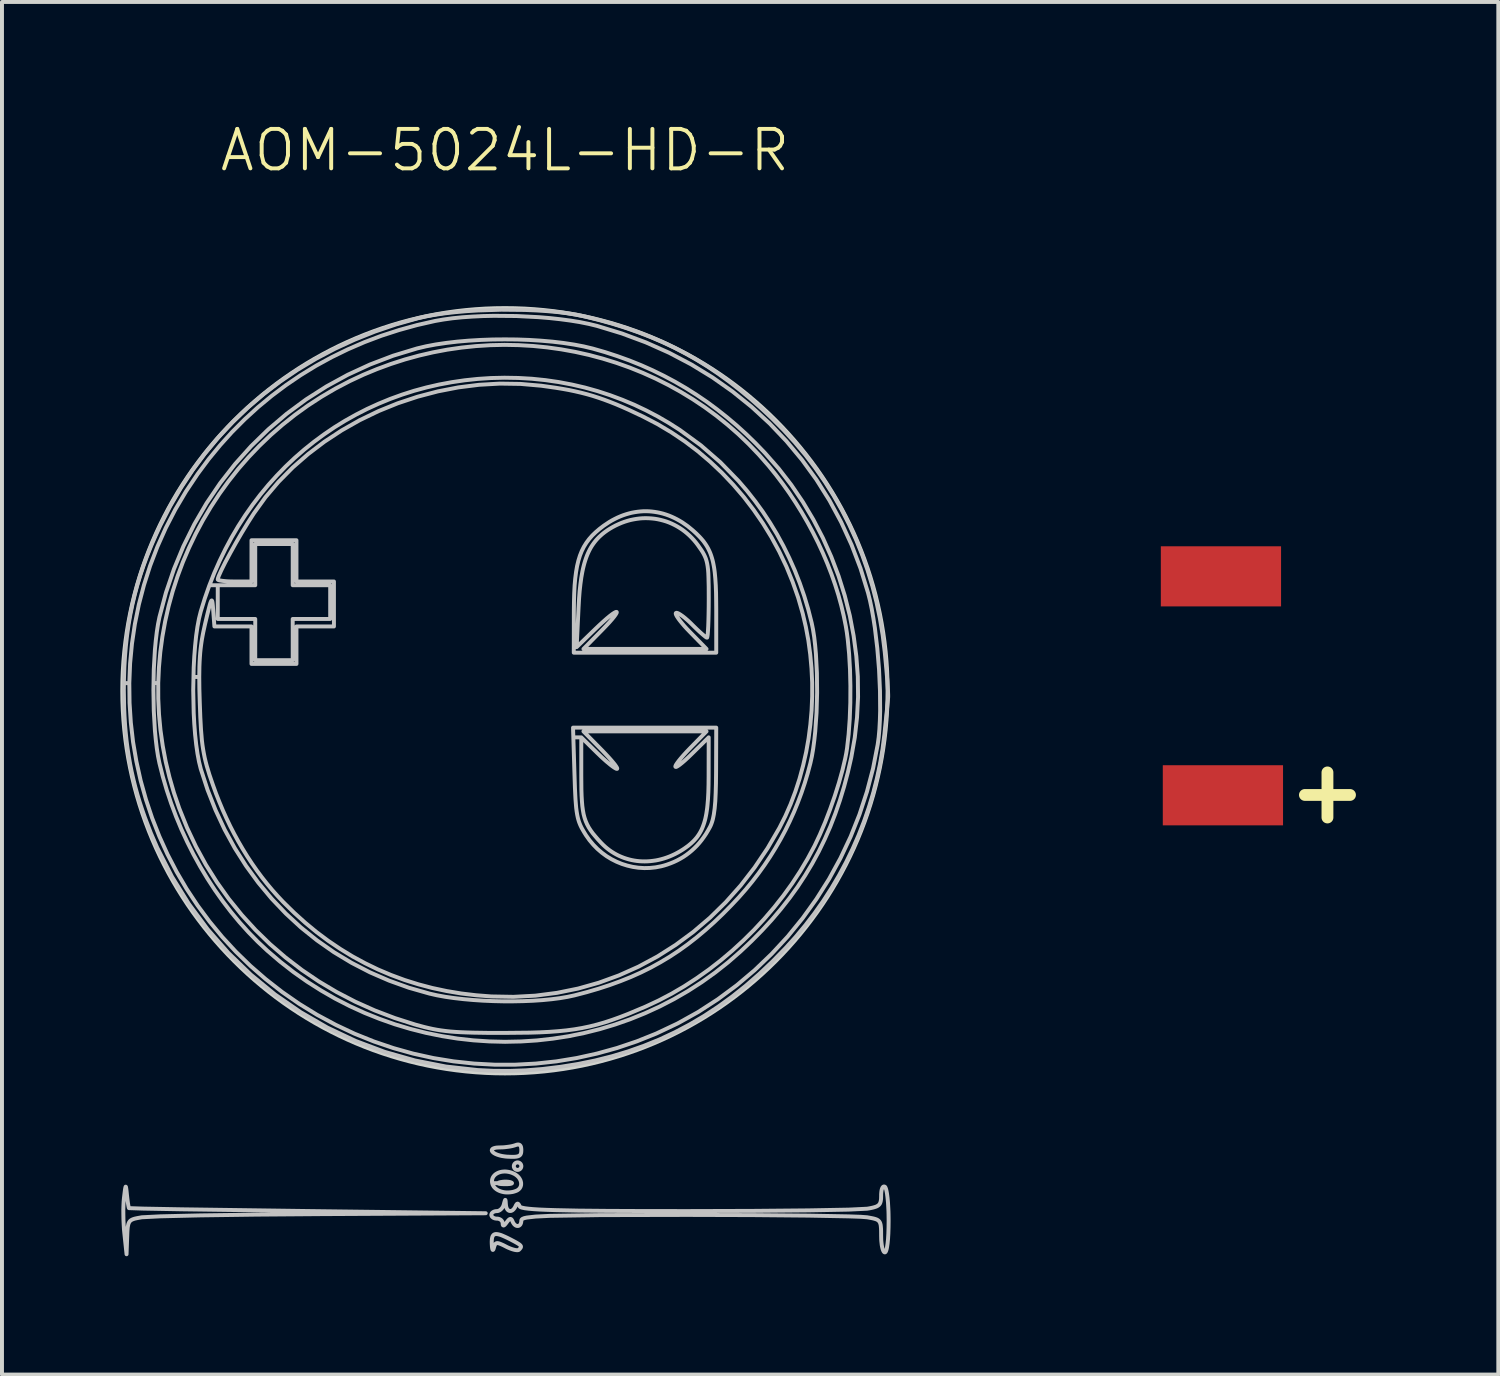
<source format=kicad_pcb>
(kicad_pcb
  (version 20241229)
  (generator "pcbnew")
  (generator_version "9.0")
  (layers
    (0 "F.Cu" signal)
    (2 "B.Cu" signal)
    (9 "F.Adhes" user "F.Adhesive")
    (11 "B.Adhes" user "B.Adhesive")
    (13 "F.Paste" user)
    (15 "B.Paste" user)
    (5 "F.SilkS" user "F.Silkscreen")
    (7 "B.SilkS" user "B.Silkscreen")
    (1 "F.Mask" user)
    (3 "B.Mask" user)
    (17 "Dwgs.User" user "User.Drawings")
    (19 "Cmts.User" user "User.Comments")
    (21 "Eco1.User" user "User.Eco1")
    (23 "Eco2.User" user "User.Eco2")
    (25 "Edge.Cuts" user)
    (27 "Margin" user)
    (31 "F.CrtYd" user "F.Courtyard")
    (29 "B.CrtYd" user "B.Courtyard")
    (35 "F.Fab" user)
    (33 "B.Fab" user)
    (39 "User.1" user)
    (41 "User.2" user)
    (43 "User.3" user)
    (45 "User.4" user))
  (footprint "AOM-5024L-HD-R"
    (layer "F.Cu")
    (at 9.7 14.56)
    (property "Reference" "AOM-5024L-HD-R" (at 0.05 -13.8 0) (unlocked yes) (layer "F.SilkS") (effects (font (size 1 1) (thickness 0.1))))
    (attr through_hole)
    (fp_poly (pts (xy 8.828 1.595) (xy 8.828 1.595) (xy 8.828 1.595)) (stroke (width 0.1) (type solid)) (fill no) (layer "Dwgs.User"))
    (fp_poly (pts (xy 9.681 14.136) (xy 9.681 14.136) (xy 9.681 14.136)) (stroke (width 0.1) (type solid)) (fill no) (layer "Dwgs.User"))
    (fp_poly (pts (xy -9.621 12.948) (xy -9.616 12.846) (xy -9.608 12.759) (xy -9.593 12.637) (xy -9.582 12.549) (xy -9.577 12.518) (xy -9.572 12.494) (xy -9.568 12.479) (xy -9.566 12.474) (xy -9.565 12.472) (xy -9.563 12.471) (xy -9.561 12.472) (xy -9.559 12.475) (xy -9.557 12.48) (xy -9.554 12.496) (xy -9.55 12.52) (xy -9.541 12.589) (xy -9.531 12.688) (xy -9.524 12.75) (xy -9.517 12.809) (xy -9.51 12.863) (xy -9.503 12.911) (xy -9.496 12.952) (xy -9.49 12.983) (xy -9.485 13.005) (xy -9.483 13.011) (xy -9.481 13.015) (xy -9.118 13.027) (xy -8.143 13.045) (xy -4.95 13.089) (xy -0.437 13.145) (xy -4.618 13.167) (xy -6.269 13.18) (xy -7.675 13.199) (xy -8.686 13.223) (xy -9.154 13.247) (xy -9.216 13.258) (xy -9.27 13.268) (xy -9.317 13.278) (xy -9.338 13.283) (xy -9.357 13.289) (xy -9.375 13.295) (xy -9.392 13.302) (xy -9.407 13.309) (xy -9.421 13.317) (xy -9.434 13.325) (xy -9.446 13.335) (xy -9.456 13.345) (xy -9.465 13.357) (xy -9.474 13.369) (xy -9.481 13.383) (xy -9.488 13.398) (xy -9.494 13.414) (xy -9.499 13.432) (xy -9.503 13.451) (xy -9.507 13.472) (xy -9.511 13.494) (xy -9.516 13.545) (xy -9.52 13.603) (xy -9.523 13.669) (xy -9.526 13.745) (xy -9.542 14.184) (xy -9.597 13.661) (xy -9.608 13.549) (xy -9.615 13.428) (xy -9.621 13.305) (xy -9.623 13.181) (xy -9.624 13.06)) (stroke (width 0.1) (type solid)) (fill no) (layer "Dwgs.User"))
    (fp_poly (pts (xy -0.28 11.535) (xy -0.275 11.526) (xy -0.268 11.517) (xy -0.257 11.509) (xy -0.244 11.502) (xy -0.229 11.496) (xy -0.21 11.49) (xy -0.189 11.485) (xy -0.164 11.481) (xy -0.137 11.479) (xy -0.107 11.477) (xy -0.073 11.476) (xy -0.022 11.475) (xy 0.031 11.472) (xy 0.085 11.466) (xy 0.139 11.459) (xy 0.19 11.451) (xy 0.238 11.441) (xy 0.28 11.43) (xy 0.298 11.424) (xy 0.315 11.419) (xy 0.325 11.415) (xy 0.334 11.412) (xy 0.343 11.409) (xy 0.352 11.407) (xy 0.36 11.405) (xy 0.368 11.404) (xy 0.376 11.403) (xy 0.383 11.403) (xy 0.39 11.403) (xy 0.397 11.404) (xy 0.403 11.405) (xy 0.409 11.407) (xy 0.414 11.409) (xy 0.42 11.412) (xy 0.425 11.415) (xy 0.43 11.419) (xy 0.434 11.423) (xy 0.438 11.427) (xy 0.442 11.432) (xy 0.445 11.438) (xy 0.449 11.444) (xy 0.452 11.451) (xy 0.454 11.458) (xy 0.457 11.466) (xy 0.459 11.474) (xy 0.46 11.483) (xy 0.462 11.492) (xy 0.463 11.502) (xy 0.464 11.512) (xy 0.465 11.523) (xy 0.465 11.546) (xy 0.465 11.561) (xy 0.464 11.574) (xy 0.463 11.587) (xy 0.462 11.599) (xy 0.46 11.61) (xy 0.458 11.62) (xy 0.455 11.63) (xy 0.451 11.64) (xy 0.447 11.648) (xy 0.443 11.657) (xy 0.437 11.664) (xy 0.431 11.671) (xy 0.424 11.677) (xy 0.417 11.683) (xy 0.408 11.688) (xy 0.399 11.693) (xy 0.389 11.697) (xy 0.378 11.701) (xy 0.366 11.704) (xy 0.353 11.707) (xy 0.339 11.71) (xy 0.325 11.711) (xy 0.309 11.713) (xy 0.292 11.714) (xy 0.274 11.715) (xy 0.254 11.715) (xy 0.212 11.715) (xy 0.165 11.713) (xy 0.113 11.711) (xy 0.113 11.711) (xy 0.077 11.708) (xy 0.042 11.704) (xy -0.024 11.694) (xy -0.083 11.68) (xy -0.135 11.664) (xy -0.18 11.646) (xy -0.2 11.636) (xy -0.218 11.626) (xy -0.234 11.616) (xy -0.247 11.605) (xy -0.259 11.595) (xy -0.268 11.584) (xy -0.275 11.574) (xy -0.28 11.564) (xy -0.283 11.554) (xy -0.283 11.544)) (stroke (width 0.1) (type solid)) (fill no) (layer "Dwgs.User"))
    (fp_poly (pts (xy -0.284 13.846) (xy -0.283 13.824) (xy -0.281 13.803) (xy -0.279 13.784) (xy -0.275 13.766) (xy -0.271 13.75) (xy -0.266 13.735) (xy -0.26 13.722) (xy -0.253 13.711) (xy -0.245 13.701) (xy -0.236 13.692) (xy -0.225 13.685) (xy -0.214 13.68) (xy -0.202 13.676) (xy -0.188 13.673) (xy -0.173 13.672) (xy -0.157 13.673) (xy -0.14 13.675) (xy -0.121 13.678) (xy -0.101 13.683) (xy -0.079 13.689) (xy -0.056 13.696) (xy -0.032 13.705) (xy -0.006 13.716) (xy 0.051 13.741) (xy 0.115 13.771) (xy 0.185 13.806) (xy 0.284 13.858) (xy 0.324 13.88) (xy 0.359 13.9) (xy 0.387 13.917) (xy 0.411 13.933) (xy 0.429 13.948) (xy 0.436 13.955) (xy 0.442 13.961) (xy 0.447 13.968) (xy 0.451 13.974) (xy 0.454 13.98) (xy 0.455 13.986) (xy 0.456 13.993) (xy 0.456 13.999) (xy 0.454 14.005) (xy 0.452 14.011) (xy 0.449 14.018) (xy 0.445 14.024) (xy 0.435 14.038) (xy 0.422 14.053) (xy 0.406 14.069) (xy 0.406 14.069) (xy 0.402 14.072) (xy 0.398 14.075) (xy 0.394 14.077) (xy 0.388 14.078) (xy 0.382 14.08) (xy 0.376 14.081) (xy 0.369 14.081) (xy 0.362 14.082) (xy 0.345 14.081) (xy 0.327 14.079) (xy 0.307 14.076) (xy 0.285 14.071) (xy 0.263 14.065) (xy 0.239 14.058) (xy 0.214 14.049) (xy 0.188 14.04) (xy 0.162 14.029) (xy 0.135 14.018) (xy 0.107 14.005) (xy 0.08 13.991) (xy 0.037 13.969) (xy -0.001 13.95) (xy -0.035 13.935) (xy -0.065 13.922) (xy -0.091 13.912) (xy -0.114 13.906) (xy -0.124 13.904) (xy -0.133 13.902) (xy -0.142 13.902) (xy -0.151 13.902) (xy -0.158 13.903) (xy -0.165 13.905) (xy -0.172 13.908) (xy -0.178 13.911) (xy -0.184 13.916) (xy -0.189 13.921) (xy -0.194 13.927) (xy -0.199 13.934) (xy -0.203 13.941) (xy -0.207 13.95) (xy -0.215 13.969) (xy -0.222 13.992) (xy -0.23 14.019) (xy -0.234 14.036) (xy -0.237 14.043) (xy -0.239 14.05) (xy -0.241 14.056) (xy -0.244 14.061) (xy -0.246 14.065) (xy -0.248 14.068) (xy -0.25 14.071) (xy -0.252 14.073) (xy -0.255 14.074) (xy -0.257 14.074) (xy -0.259 14.074) (xy -0.26 14.073) (xy -0.262 14.071) (xy -0.264 14.068) (xy -0.266 14.064) (xy -0.267 14.06) (xy -0.269 14.055) (xy -0.271 14.049) (xy -0.272 14.043) (xy -0.274 14.035) (xy -0.276 14.019) (xy -0.279 13.999) (xy -0.281 13.976) (xy -0.282 13.951) (xy -0.284 13.923) (xy -0.285 13.87)) (stroke (width 0.1) (type solid)) (fill no) (layer "Dwgs.User"))
    (fp_poly (pts (xy 0.275 11.946) (xy 0.276 11.942) (xy 0.276 11.937) (xy 0.277 11.932) (xy 0.278 11.928) (xy 0.28 11.923) (xy 0.281 11.919) (xy 0.283 11.914) (xy 0.285 11.91) (xy 0.287 11.906) (xy 0.289 11.902) (xy 0.292 11.898) (xy 0.294 11.894) (xy 0.297 11.891) (xy 0.3 11.887) (xy 0.303 11.884) (xy 0.307 11.881) (xy 0.31 11.878) (xy 0.314 11.875) (xy 0.317 11.872) (xy 0.321 11.87) (xy 0.325 11.868) (xy 0.329 11.866) (xy 0.333 11.864) (xy 0.338 11.862) (xy 0.342 11.861) (xy 0.347 11.859) (xy 0.351 11.858) (xy 0.356 11.857) (xy 0.361 11.857) (xy 0.365 11.856) (xy 0.37 11.856) (xy 0.375 11.856) (xy 0.38 11.857) (xy 0.385 11.857) (xy 0.389 11.858) (xy 0.394 11.859) (xy 0.398 11.861) (xy 0.403 11.862) (xy 0.407 11.864) (xy 0.411 11.866) (xy 0.415 11.868) (xy 0.419 11.87) (xy 0.423 11.872) (xy 0.427 11.875) (xy 0.431 11.878) (xy 0.434 11.881) (xy 0.437 11.884) (xy 0.441 11.887) (xy 0.444 11.891) (xy 0.446 11.894) (xy 0.449 11.898) (xy 0.451 11.902) (xy 0.454 11.906) (xy 0.456 11.91) (xy 0.458 11.914) (xy 0.459 11.919) (xy 0.461 11.923) (xy 0.462 11.928) (xy 0.463 11.932) (xy 0.464 11.937) (xy 0.465 11.942) (xy 0.465 11.946) (xy 0.465 11.951) (xy 0.465 11.956) (xy 0.465 11.961) (xy 0.464 11.966) (xy 0.463 11.97) (xy 0.462 11.975) (xy 0.461 11.979) (xy 0.459 11.984) (xy 0.458 11.988) (xy 0.456 11.992) (xy 0.454 11.996) (xy 0.451 12) (xy 0.449 12.004) (xy 0.446 12.008) (xy 0.444 12.012) (xy 0.441 12.015) (xy 0.437 12.018) (xy 0.434 12.021) (xy 0.431 12.024) (xy 0.427 12.027) (xy 0.423 12.03) (xy 0.419 12.032) (xy 0.415 12.035) (xy 0.411 12.037) (xy 0.407 12.039) (xy 0.403 12.04) (xy 0.398 12.042) (xy 0.394 12.043) (xy 0.389 12.044) (xy 0.385 12.045) (xy 0.38 12.046) (xy 0.375 12.046) (xy 0.37 12.046) (xy 0.365 12.046) (xy 0.361 12.046) (xy 0.356 12.045) (xy 0.351 12.044) (xy 0.347 12.043) (xy 0.342 12.042) (xy 0.338 12.04) (xy 0.333 12.039) (xy 0.329 12.037) (xy 0.325 12.035) (xy 0.321 12.032) (xy 0.317 12.03) (xy 0.314 12.027) (xy 0.31 12.024) (xy 0.307 12.021) (xy 0.303 12.018) (xy 0.3 12.015) (xy 0.297 12.012) (xy 0.294 12.008) (xy 0.292 12.004) (xy 0.289 12) (xy 0.287 11.996) (xy 0.285 11.992) (xy 0.283 11.988) (xy 0.281 11.984) (xy 0.28 11.979) (xy 0.278 11.975) (xy 0.277 11.97) (xy 0.276 11.966) (xy 0.276 11.961) (xy 0.275 11.956) (xy 0.275 11.951)) (stroke (width 0.1) (type solid)) (fill no) (layer "Dwgs.User"))
    (fp_poly (pts (xy -0.276 12.303) (xy -0.273 12.284) (xy -0.267 12.265) (xy -0.26 12.246) (xy -0.251 12.229) (xy -0.24 12.212) (xy -0.228 12.197) (xy -0.215 12.182) (xy -0.2 12.168) (xy -0.184 12.155) (xy -0.166 12.143) (xy -0.148 12.133) (xy -0.128 12.123) (xy -0.108 12.114) (xy -0.087 12.107) (xy -0.064 12.1) (xy -0.041 12.095) (xy -0.018 12.091) (xy 0.007 12.089) (xy 0.031 12.087) (xy 0.056 12.087) (xy 0.082 12.088) (xy 0.108 12.091) (xy 0.134 12.095) (xy 0.16 12.1) (xy 0.186 12.107) (xy 0.213 12.115) (xy 0.239 12.125) (xy 0.265 12.137) (xy 0.291 12.149) (xy 0.31 12.16) (xy 0.327 12.172) (xy 0.344 12.184) (xy 0.36 12.197) (xy 0.374 12.21) (xy 0.388 12.224) (xy 0.4 12.238) (xy 0.411 12.253) (xy 0.421 12.268) (xy 0.43 12.284) (xy 0.438 12.299) (xy 0.445 12.315) (xy 0.45 12.331) (xy 0.454 12.347) (xy 0.458 12.363) (xy 0.46 12.379) (xy 0.46 12.394) (xy 0.46 12.41) (xy 0.459 12.425) (xy 0.456 12.44) (xy 0.452 12.455) (xy 0.447 12.47) (xy 0.441 12.483) (xy 0.433 12.497) (xy 0.425 12.51) (xy 0.415 12.522) (xy 0.404 12.533) (xy 0.391 12.544) (xy 0.378 12.554) (xy 0.363 12.564) (xy 0.347 12.572) (xy 0.33 12.579) (xy 0.33 12.579) (xy 0.305 12.588) (xy 0.279 12.596) (xy 0.254 12.603) (xy 0.228 12.608) (xy 0.177 12.615) (xy 0.127 12.618) (xy 0.077 12.617) (xy 0.066 12.616) (xy 0.066 12.408) (xy 0.093 12.407) (xy 0.117 12.407) (xy 0.139 12.405) (xy 0.159 12.404) (xy 0.177 12.402) (xy 0.192 12.399) (xy 0.205 12.396) (xy 0.215 12.393) (xy 0.222 12.39) (xy 0.225 12.388) (xy 0.227 12.386) (xy 0.228 12.384) (xy 0.229 12.382) (xy 0.229 12.38) (xy 0.228 12.378) (xy 0.226 12.376) (xy 0.224 12.373) (xy 0.216 12.369) (xy 0.206 12.364) (xy 0.193 12.359) (xy 0.179 12.355) (xy 0.164 12.352) (xy 0.147 12.349) (xy 0.13 12.347) (xy 0.112 12.345) (xy 0.093 12.344) (xy 0.074 12.343) (xy 0.054 12.343) (xy 0.035 12.344) (xy 0.015 12.345) (xy -0.005 12.347) (xy -0.024 12.35) (xy -0.043 12.353) (xy -0.061 12.356) (xy -0.079 12.36) (xy -0.079 12.36) (xy -0.087 12.363) (xy -0.095 12.365) (xy -0.101 12.367) (xy -0.107 12.369) (xy -0.112 12.371) (xy -0.116 12.374) (xy -0.119 12.376) (xy -0.122 12.378) (xy -0.124 12.38) (xy -0.125 12.382) (xy -0.125 12.383) (xy -0.125 12.384) (xy -0.125 12.385) (xy -0.124 12.385) (xy -0.123 12.387) (xy -0.121 12.389) (xy -0.118 12.391) (xy -0.114 12.392) (xy -0.11 12.394) (xy -0.105 12.395) (xy -0.099 12.397) (xy -0.092 12.398) (xy -0.085 12.4) (xy -0.077 12.401) (xy -0.06 12.403) (xy -0.039 12.405) (xy -0.016 12.406) (xy 0.01 12.407) (xy 0.038 12.408) (xy 0.066 12.408) (xy 0.066 12.616) (xy 0.029 12.612) (xy -0.018 12.602) (xy -0.062 12.589) (xy -0.104 12.572) (xy -0.142 12.552) (xy -0.159 12.541) (xy -0.176 12.528) (xy -0.192 12.515) (xy -0.206 12.502) (xy -0.22 12.487) (xy -0.232 12.472) (xy -0.243 12.456) (xy -0.252 12.44) (xy -0.261 12.423) (xy -0.267 12.405) (xy -0.272 12.386) (xy -0.276 12.367) (xy -0.278 12.345) (xy -0.278 12.324)) (stroke (width 0.1) (type solid)) (fill no) (layer "Dwgs.User"))
    (fp_poly (pts (xy 5.406 0.835) (xy 5.402 1.952) (xy 5.399 2.241) (xy 5.392 2.49) (xy 5.382 2.703) (xy 5.366 2.883) (xy 5.345 3.035) (xy 5.332 3.101) (xy 5.319 3.161) (xy 5.303 3.216) (xy 5.286 3.266) (xy 5.268 3.311) (xy 5.248 3.353) (xy 5.248 3.353) (xy 5.199 3.441) (xy 5.148 3.526) (xy 5.094 3.606) (xy 5.038 3.683) (xy 4.979 3.756) (xy 4.918 3.825) (xy 4.853 3.89) (xy 4.787 3.951) (xy 4.717 4.009) (xy 4.645 4.063) (xy 4.571 4.113) (xy 4.493 4.159) (xy 4.413 4.202) (xy 4.33 4.241) (xy 4.244 4.276) (xy 4.155 4.308) (xy 4.084 4.33) (xy 4.012 4.349) (xy 3.868 4.377) (xy 3.723 4.392) (xy 3.597 4.395) (xy 3.597 4.226) (xy 3.666 4.224) (xy 3.736 4.219) (xy 3.805 4.211) (xy 3.875 4.201) (xy 3.945 4.187) (xy 4.014 4.17) (xy 4.084 4.15) (xy 4.153 4.127) (xy 4.222 4.101) (xy 4.29 4.072) (xy 4.358 4.04) (xy 4.425 4.005) (xy 4.492 3.967) (xy 4.558 3.926) (xy 4.606 3.894) (xy 4.652 3.861) (xy 4.696 3.829) (xy 4.737 3.795) (xy 4.777 3.761) (xy 4.814 3.726) (xy 4.849 3.691) (xy 4.882 3.654) (xy 4.914 3.616) (xy 4.943 3.576) (xy 4.97 3.536) (xy 4.996 3.493) (xy 5.02 3.449) (xy 5.043 3.402) (xy 5.063 3.354) (xy 5.082 3.303) (xy 5.1 3.25) (xy 5.116 3.195) (xy 5.131 3.137) (xy 5.144 3.076) (xy 5.156 3.012) (xy 5.166 2.945) (xy 5.176 2.875) (xy 5.184 2.801) (xy 5.197 2.644) (xy 5.206 2.471) (xy 5.211 2.281) (xy 5.213 2.074) (xy 5.215 1.081) (xy 4.788 1.5) (xy 4.693 1.592) (xy 4.61 1.668) (xy 4.539 1.729) (xy 4.48 1.776) (xy 4.434 1.808) (xy 4.415 1.819) (xy 4.4 1.827) (xy 4.388 1.831) (xy 4.379 1.832) (xy 4.373 1.829) (xy 4.37 1.823) (xy 4.37 1.815) (xy 4.374 1.803) (xy 4.38 1.788) (xy 4.39 1.77) (xy 4.42 1.725) (xy 4.462 1.669) (xy 4.517 1.602) (xy 4.585 1.524) (xy 4.666 1.436) (xy 4.76 1.338) (xy 5.16 0.93) (xy 2.04 0.93) (xy 2.508 1.405) (xy 2.6 1.501) (xy 2.683 1.59) (xy 2.754 1.67) (xy 2.813 1.741) (xy 2.837 1.771) (xy 2.857 1.799) (xy 2.873 1.823) (xy 2.885 1.843) (xy 2.893 1.859) (xy 2.896 1.871) (xy 2.896 1.875) (xy 2.894 1.878) (xy 2.892 1.88) (xy 2.888 1.88) (xy 2.883 1.88) (xy 2.877 1.878) (xy 2.87 1.876) (xy 2.862 1.872) (xy 2.844 1.862) (xy 2.822 1.849) (xy 2.797 1.832) (xy 2.769 1.812) (xy 2.739 1.789) (xy 2.706 1.763) (xy 2.672 1.734) (xy 2.635 1.704) (xy 2.597 1.671) (xy 2.558 1.636) (xy 2.517 1.599) (xy 2.476 1.561) (xy 2.435 1.521) (xy 2.393 1.481) (xy 1.985 1.081) (xy 1.985 2.057) (xy 1.988 2.411) (xy 1.993 2.561) (xy 2.001 2.697) (xy 2.011 2.819) (xy 2.026 2.929) (xy 2.044 3.029) (xy 2.068 3.12) (xy 2.097 3.205) (xy 2.132 3.285) (xy 2.173 3.362) (xy 2.221 3.437) (xy 2.276 3.513) (xy 2.34 3.59) (xy 2.411 3.672) (xy 2.492 3.759) (xy 2.542 3.809) (xy 2.594 3.857) (xy 2.648 3.902) (xy 2.703 3.944) (xy 2.76 3.983) (xy 2.818 4.019) (xy 2.877 4.052) (xy 2.938 4.083) (xy 3 4.11) (xy 3.063 4.135) (xy 3.127 4.156) (xy 3.192 4.175) (xy 3.258 4.191) (xy 3.325 4.204) (xy 3.392 4.214) (xy 3.46 4.221) (xy 3.528 4.225) (xy 3.597 4.226) (xy 3.597 4.395) (xy 3.578 4.395) (xy 3.433 4.386) (xy 3.291 4.365) (xy 3.15 4.332) (xy 3.013 4.289) (xy 2.879 4.234) (xy 2.75 4.169) (xy 2.625 4.093) (xy 2.507 4.006) (xy 2.395 3.91) (xy 2.291 3.804) (xy 2.194 3.689) (xy 2.106 3.565) (xy 2.064 3.498) (xy 2.027 3.435) (xy 1.993 3.375) (xy 1.964 3.315) (xy 1.951 3.284) (xy 1.939 3.254) (xy 1.927 3.222) (xy 1.917 3.19) (xy 1.907 3.156) (xy 1.898 3.121) (xy 1.89 3.084) (xy 1.882 3.046) (xy 1.868 2.962) (xy 1.856 2.869) (xy 1.847 2.763) (xy 1.838 2.645) (xy 1.831 2.511) (xy 1.824 2.359) (xy 1.812 1.999) (xy 1.776 0.835)) (stroke (width 0.1) (type solid)) (fill no) (layer "Dwgs.User"))
    (fp_poly (pts (xy 1.797 -2.134) (xy 1.8 -2.364) (xy 1.806 -2.576) (xy 1.816 -2.771) (xy 1.832 -2.949) (xy 1.853 -3.112) (xy 1.879 -3.262) (xy 1.912 -3.4) (xy 1.951 -3.526) (xy 1.997 -3.642) (xy 2.051 -3.75) (xy 2.113 -3.85) (xy 2.183 -3.944) (xy 2.262 -4.034) (xy 2.35 -4.119) (xy 2.448 -4.203) (xy 2.556 -4.285) (xy 2.694 -4.377) (xy 2.763 -4.418) (xy 2.833 -4.455) (xy 2.904 -4.49) (xy 2.975 -4.521) (xy 3.047 -4.549) (xy 3.119 -4.573) (xy 3.191 -4.594) (xy 3.263 -4.612) (xy 3.336 -4.626) (xy 3.409 -4.637) (xy 3.481 -4.645) (xy 3.554 -4.65) (xy 3.627 -4.651) (xy 3.7 -4.649) (xy 3.772 -4.643) (xy 3.845 -4.634) (xy 3.917 -4.622) (xy 3.989 -4.607) (xy 4.06 -4.589) (xy 4.131 -4.567) (xy 4.202 -4.542) (xy 4.272 -4.513) (xy 4.342 -4.481) (xy 4.411 -4.446) (xy 4.479 -4.408) (xy 4.547 -4.367) (xy 4.68 -4.274) (xy 4.81 -4.168) (xy 4.9 -4.086) (xy 4.98 -4.006) (xy 5.017 -3.966) (xy 5.052 -3.926) (xy 5.085 -3.886) (xy 5.115 -3.844) (xy 5.144 -3.802) (xy 5.171 -3.759) (xy 5.196 -3.715) (xy 5.219 -3.669) (xy 5.241 -3.622) (xy 5.261 -3.573) (xy 5.279 -3.522) (xy 5.296 -3.469) (xy 5.312 -3.413) (xy 5.326 -3.355) (xy 5.338 -3.294) (xy 5.35 -3.23) (xy 5.36 -3.163) (xy 5.369 -3.092) (xy 5.383 -2.941) (xy 5.394 -2.773) (xy 5.401 -2.588) (xy 5.404 -2.385) (xy 5.406 -2.161) (xy 5.406 -1.065) (xy 2.04 -1.065) (xy 2.04 -1.16) (xy 5.16 -1.16) (xy 4.743 -1.586) (xy 4.66 -1.672) (xy 4.585 -1.755) (xy 4.52 -1.833) (xy 4.491 -1.869) (xy 4.465 -1.903) (xy 4.442 -1.935) (xy 4.423 -1.964) (xy 4.406 -1.99) (xy 4.394 -2.014) (xy 4.385 -2.033) (xy 4.381 -2.05) (xy 4.38 -2.056) (xy 4.38 -2.062) (xy 4.381 -2.066) (xy 4.384 -2.07) (xy 4.387 -2.073) (xy 4.392 -2.074) (xy 4.397 -2.075) (xy 4.403 -2.075) (xy 4.409 -2.074) (xy 4.417 -2.072) (xy 4.425 -2.069) (xy 4.434 -2.066) (xy 4.443 -2.062) (xy 4.453 -2.057) (xy 4.475 -2.044) (xy 4.5 -2.029) (xy 4.526 -2.011) (xy 4.554 -1.991) (xy 4.584 -1.968) (xy 4.615 -1.943) (xy 4.647 -1.915) (xy 4.681 -1.886) (xy 4.715 -1.855) (xy 4.75 -1.822) (xy 4.785 -1.787) (xy 4.855 -1.718) (xy 4.921 -1.654) (xy 4.983 -1.596) (xy 5.04 -1.545) (xy 5.088 -1.504) (xy 5.127 -1.472) (xy 5.143 -1.46) (xy 5.155 -1.452) (xy 5.165 -1.447) (xy 5.171 -1.445) (xy 5.174 -1.446) (xy 5.176 -1.45) (xy 5.18 -1.465) (xy 5.184 -1.489) (xy 5.189 -1.523) (xy 5.196 -1.614) (xy 5.203 -1.734) (xy 5.208 -1.88) (xy 5.212 -2.047) (xy 5.215 -2.231) (xy 5.216 -2.428) (xy 5.215 -2.74) (xy 5.209 -2.984) (xy 5.205 -3.085) (xy 5.198 -3.175) (xy 5.188 -3.254) (xy 5.176 -3.324) (xy 5.161 -3.388) (xy 5.143 -3.447) (xy 5.12 -3.503) (xy 5.094 -3.557) (xy 5.064 -3.611) (xy 5.028 -3.667) (xy 4.942 -3.79) (xy 4.942 -3.79) (xy 4.892 -3.856) (xy 4.839 -3.919) (xy 4.784 -3.978) (xy 4.728 -4.034) (xy 4.669 -4.087) (xy 4.608 -4.137) (xy 4.546 -4.183) (xy 4.481 -4.226) (xy 4.415 -4.266) (xy 4.348 -4.302) (xy 4.28 -4.335) (xy 4.21 -4.365) (xy 4.139 -4.391) (xy 4.066 -4.413) (xy 3.993 -4.432) (xy 3.919 -4.448) (xy 3.845 -4.46) (xy 3.769 -4.468) (xy 3.693 -4.473) (xy 3.617 -4.475) (xy 3.54 -4.473) (xy 3.464 -4.467) (xy 3.387 -4.457) (xy 3.31 -4.444) (xy 3.233 -4.428) (xy 3.156 -4.407) (xy 3.08 -4.383) (xy 3.004 -4.355) (xy 2.929 -4.323) (xy 2.854 -4.288) (xy 2.78 -4.249) (xy 2.707 -4.206) (xy 2.657 -4.174) (xy 2.609 -4.141) (xy 2.563 -4.107) (xy 2.519 -4.072) (xy 2.477 -4.035) (xy 2.437 -3.998) (xy 2.398 -3.958) (xy 2.362 -3.918) (xy 2.327 -3.875) (xy 2.294 -3.831) (xy 2.262 -3.785) (xy 2.232 -3.737) (xy 2.204 -3.687) (xy 2.177 -3.634) (xy 2.152 -3.58) (xy 2.128 -3.523) (xy 2.106 -3.464) (xy 2.085 -3.402) (xy 2.065 -3.337) (xy 2.047 -3.27) (xy 2.03 -3.2) (xy 2.014 -3.127) (xy 2 -3.05) (xy 1.986 -2.971) (xy 1.963 -2.803) (xy 1.943 -2.62) (xy 1.928 -2.423) (xy 1.916 -2.211) (xy 1.868 -1.207) (xy 2.334 -1.659) (xy 2.444 -1.764) (xy 2.544 -1.855) (xy 2.631 -1.932) (xy 2.706 -1.994) (xy 2.769 -2.042) (xy 2.819 -2.075) (xy 2.855 -2.094) (xy 2.868 -2.098) (xy 2.877 -2.099) (xy 2.883 -2.096) (xy 2.885 -2.09) (xy 2.883 -2.08) (xy 2.878 -2.067) (xy 2.856 -2.03) (xy 2.819 -1.978) (xy 2.766 -1.913) (xy 2.697 -1.834) (xy 2.611 -1.742) (xy 2.508 -1.635) (xy 2.04 -1.16) (xy 2.04 -1.065) (xy 1.795 -1.065)) (stroke (width 0.1) (type solid)) (fill no) (layer "Dwgs.User"))
    (fp_poly (pts (xy -9.607 -0.408) (xy -9.598 -0.694) (xy -9.581 -0.973) (xy -9.558 -1.245) (xy -9.528 -1.512) (xy -9.491 -1.774) (xy -9.446 -2.031) (xy -9.394 -2.286) (xy -9.334 -2.537) (xy -9.267 -2.787) (xy -9.192 -3.035) (xy -9.108 -3.283) (xy -9.016 -3.531) (xy -8.916 -3.78) (xy -8.807 -4.03) (xy -8.69 -4.283) (xy -8.44 -4.771) (xy -8.166 -5.24) (xy -7.87 -5.688) (xy -7.552 -6.116) (xy -7.212 -6.524) (xy -6.851 -6.91) (xy -6.469 -7.276) (xy -6.067 -7.619) (xy -5.645 -7.94) (xy -5.203 -8.239) (xy -4.742 -8.515) (xy -4.263 -8.768) (xy -3.766 -8.997) (xy -3.251 -9.203) (xy -2.718 -9.384) (xy -2.169 -9.54) (xy -1.959 -9.588) (xy -1.727 -9.63) (xy -1.476 -9.667) (xy -1.208 -9.697) (xy -0.928 -9.722) (xy -0.638 -9.74) (xy -0.043 -9.759) (xy 0.553 -9.753) (xy 0.842 -9.741) (xy 1.122 -9.723) (xy 1.389 -9.699) (xy 1.64 -9.668) (xy 1.872 -9.631) (xy 2.081 -9.587) (xy 2.439 -9.497) (xy 2.784 -9.401) (xy 3.117 -9.296) (xy 3.439 -9.184) (xy 3.751 -9.063) (xy 4.054 -8.934) (xy 4.349 -8.794) (xy 4.637 -8.644) (xy 4.919 -8.484) (xy 5.196 -8.312) (xy 5.469 -8.128) (xy 5.739 -7.932) (xy 6.008 -7.723) (xy 6.275 -7.501) (xy 6.543 -7.264) (xy 6.811 -7.013) (xy 7.112 -6.711) (xy 7.397 -6.399) (xy 7.667 -6.077) (xy 7.92 -5.744) (xy 8.158 -5.401) (xy 8.38 -5.049) (xy 8.585 -4.688) (xy 8.774 -4.318) (xy 8.947 -3.94) (xy 9.103 -3.553) (xy 9.241 -3.159) (xy 9.363 -2.757) (xy 9.468 -2.347) (xy 9.555 -1.931) (xy 9.625 -1.508) (xy 9.678 -1.079) (xy 9.715 -0.684) (xy 9.744 -0.338) (xy 9.761 -0.077) (xy 9.764 0.01) (xy 9.764 0.061) (xy 9.753 0.184) (xy 9.731 0.402) (xy 9.669 1.002) (xy 9.622 1.377) (xy 9.559 1.749) (xy 9.48 2.118) (xy 9.387 2.484) (xy 9.278 2.846) (xy 9.155 3.203) (xy 9.017 3.556) (xy 8.865 3.903) (xy 8.699 4.244) (xy 8.519 4.579) (xy 8.325 4.907) (xy 8.118 5.228) (xy 7.898 5.54) (xy 7.665 5.844) (xy 7.419 6.14) (xy 7.161 6.425) (xy 6.832 6.762) (xy 6.498 7.078) (xy 6.159 7.374) (xy 5.813 7.65) (xy 5.461 7.905) (xy 5.101 8.142) (xy 4.734 8.359) (xy 4.359 8.557) (xy 3.974 8.737) (xy 3.581 8.897) (xy 3.178 9.04) (xy 2.765 9.165) (xy 2.34 9.272) (xy 1.905 9.361) (xy 1.458 9.433) (xy 0.998 9.489) (xy 0.584 9.522) (xy 0.172 9.537) (xy -0.211 9.535) (xy -0.211 9.379) (xy 0.311 9.379) (xy 0.833 9.351) (xy 1.353 9.295) (xy 1.871 9.21) (xy 2.384 9.097) (xy 2.892 8.956) (xy 3.393 8.787) (xy 3.887 8.589) (xy 4.428 8.333) (xy 4.949 8.043) (xy 5.449 7.719) (xy 5.927 7.365) (xy 6.383 6.98) (xy 6.813 6.568) (xy 7.218 6.13) (xy 7.596 5.666) (xy 7.945 5.18) (xy 8.266 4.672) (xy 8.555 4.144) (xy 8.813 3.598) (xy 9.037 3.035) (xy 9.227 2.457) (xy 9.382 1.866) (xy 9.499 1.263) (xy 9.524 1.08) (xy 9.542 0.876) (xy 9.554 0.653) (xy 9.561 0.415) (xy 9.557 -0.096) (xy 9.533 -0.634) (xy 9.489 -1.175) (xy 9.427 -1.696) (xy 9.389 -1.941) (xy 9.348 -2.173) (xy 9.303 -2.388) (xy 9.254 -2.583) (xy 9.254 -2.583) (xy 9.064 -3.201) (xy 8.837 -3.797) (xy 8.574 -4.372) (xy 8.277 -4.923) (xy 7.946 -5.45) (xy 7.582 -5.951) (xy 7.186 -6.427) (xy 6.76 -6.875) (xy 6.305 -7.294) (xy 5.821 -7.684) (xy 5.31 -8.044) (xy 4.773 -8.372) (xy 4.211 -8.668) (xy 3.624 -8.93) (xy 3.014 -9.157) (xy 2.383 -9.349) (xy 2.176 -9.399) (xy 1.949 -9.445) (xy 1.707 -9.484) (xy 1.45 -9.518) (xy 1.183 -9.547) (xy 0.906 -9.57) (xy 0.34 -9.599) (xy -0.228 -9.604) (xy -0.506 -9.598) (xy -0.776 -9.585) (xy -1.035 -9.567) (xy -1.282 -9.542) (xy -1.512 -9.51) (xy -1.724 -9.473) (xy -2.185 -9.368) (xy -2.637 -9.243) (xy -3.079 -9.1) (xy -3.511 -8.937) (xy -3.932 -8.755) (xy -4.342 -8.555) (xy -4.741 -8.337) (xy -5.128 -8.1) (xy -5.502 -7.846) (xy -5.863 -7.575) (xy -6.212 -7.286) (xy -6.546 -6.981) (xy -6.867 -6.659) (xy -7.173 -6.32) (xy -7.464 -5.966) (xy -7.739 -5.596) (xy -8.038 -5.148) (xy -8.308 -4.691) (xy -8.549 -4.224) (xy -8.761 -3.749) (xy -8.945 -3.267) (xy -9.101 -2.779) (xy -9.23 -2.287) (xy -9.331 -1.791) (xy -9.405 -1.293) (xy -9.452 -0.793) (xy -9.472 -0.293) (xy -9.466 0.207) (xy -9.434 0.705) (xy -9.377 1.199) (xy -9.293 1.69) (xy -9.185 2.176) (xy -9.051 2.655) (xy -8.893 3.128) (xy -8.71 3.592) (xy -8.504 4.046) (xy -8.273 4.49) (xy -8.019 4.923) (xy -7.741 5.343) (xy -7.44 5.749) (xy -7.117 6.14) (xy -6.771 6.515) (xy -6.403 6.873) (xy -6.012 7.213) (xy -5.6 7.534) (xy -5.167 7.835) (xy -4.713 8.114) (xy -4.237 8.37) (xy -3.761 8.594) (xy -3.274 8.79) (xy -2.778 8.958) (xy -2.274 9.099) (xy -1.765 9.211) (xy -1.25 9.295) (xy -0.732 9.351) (xy -0.211 9.379) (xy -0.211 9.535) (xy -0.238 9.535) (xy -0.644 9.515) (xy -1.446 9.426) (xy -2.231 9.272) (xy -2.995 9.055) (xy -3.736 8.777) (xy -4.449 8.44) (xy -5.131 8.046) (xy -5.779 7.598) (xy -6.39 7.097) (xy -6.96 6.546) (xy -7.485 5.947) (xy -7.963 5.302) (xy -8.39 4.613) (xy -8.763 3.882) (xy -8.928 3.502) (xy -9.077 3.112) (xy -9.145 2.918) (xy -9.208 2.726) (xy -9.266 2.534) (xy -9.319 2.343) (xy -9.367 2.151) (xy -9.411 1.959) (xy -9.45 1.765) (xy -9.484 1.57) (xy -9.515 1.372) (xy -9.541 1.172) (xy -9.562 0.969) (xy -9.58 0.761) (xy -9.593 0.55) (xy -9.603 0.334) (xy -9.611 -0.115)) (stroke (width 0.1) (type solid)) (fill no) (layer "Dwgs.User"))
    (fp_poly (pts (xy -8.852 -0.639) (xy -8.823 -1.139) (xy -8.801 -1.372) (xy -8.775 -1.59) (xy -8.744 -1.789) (xy -8.708 -1.968) (xy -8.543 -2.587) (xy -8.34 -3.186) (xy -8.1 -3.765) (xy -7.824 -4.322) (xy -7.513 -4.855) (xy -7.168 -5.364) (xy -6.792 -5.846) (xy -6.385 -6.3) (xy -5.948 -6.726) (xy -5.483 -7.121) (xy -4.992 -7.484) (xy -4.475 -7.814) (xy -3.934 -8.11) (xy -3.37 -8.37) (xy -2.785 -8.593) (xy -2.179 -8.777) (xy -1.951 -8.831) (xy -1.703 -8.878) (xy -1.438 -8.917) (xy -1.158 -8.95) (xy -0.866 -8.975) (xy -0.566 -8.993) (xy -0.26 -9.004) (xy 0.049 -9.007) (xy 0.357 -9.004) (xy 0.663 -8.993) (xy 0.963 -8.974) (xy 1.254 -8.949) (xy 1.533 -8.916) (xy 1.797 -8.876) (xy 2.044 -8.829) (xy 2.271 -8.775) (xy 2.588 -8.684) (xy 2.898 -8.583) (xy 3.203 -8.473) (xy 3.501 -8.353) (xy 3.793 -8.223) (xy 4.079 -8.083) (xy 4.359 -7.934) (xy 4.634 -7.774) (xy 4.903 -7.604) (xy 5.167 -7.425) (xy 5.425 -7.234) (xy 5.678 -7.034) (xy 5.927 -6.823) (xy 6.17 -6.602) (xy 6.408 -6.37) (xy 6.642 -6.127) (xy 6.988 -5.733) (xy 7.308 -5.319) (xy 7.602 -4.886) (xy 7.869 -4.437) (xy 8.11 -3.972) (xy 8.323 -3.495) (xy 8.508 -3.007) (xy 8.664 -2.509) (xy 8.792 -2.004) (xy 8.889 -1.492) (xy 8.957 -0.977) (xy 8.995 -0.46) (xy 9.001 0.058) (xy 8.975 0.574) (xy 8.918 1.087) (xy 8.828 1.595) (xy 8.743 1.967) (xy 8.647 2.328) (xy 8.541 2.678) (xy 8.424 3.017) (xy 8.296 3.347) (xy 8.155 3.667) (xy 8.003 3.979) (xy 7.838 4.283) (xy 7.66 4.58) (xy 7.47 4.87) (xy 7.265 5.154) (xy 7.047 5.432) (xy 6.815 5.706) (xy 6.568 5.975) (xy 6.307 6.24) (xy 6.03 6.502) (xy 5.711 6.781) (xy 5.382 7.041) (xy 5.043 7.284) (xy 4.694 7.509) (xy 4.338 7.715) (xy 3.973 7.904) (xy 3.602 8.074) (xy 3.224 8.227) (xy 2.841 8.361) (xy 2.453 8.478) (xy 2.06 8.576) (xy 1.664 8.657) (xy 1.264 8.719) (xy 0.863 8.764) (xy 0.46 8.79) (xy 0.086 8.798) (xy 0.086 8.573) (xy 0.672 8.567) (xy 0.932 8.559) (xy 1.173 8.547) (xy 1.399 8.53) (xy 1.611 8.509) (xy 1.813 8.482) (xy 2.007 8.449) (xy 2.197 8.409) (xy 2.384 8.362) (xy 2.573 8.308) (xy 2.764 8.245) (xy 2.962 8.174) (xy 3.169 8.094) (xy 3.621 7.904) (xy 3.95 7.75) (xy 4.275 7.579) (xy 4.596 7.391) (xy 4.91 7.187) (xy 5.218 6.969) (xy 5.518 6.737) (xy 5.809 6.491) (xy 6.091 6.233) (xy 6.363 5.964) (xy 6.623 5.684) (xy 6.871 5.394) (xy 7.107 5.095) (xy 7.328 4.789) (xy 7.534 4.475) (xy 7.725 4.154) (xy 7.9 3.828) (xy 8.034 3.544) (xy 8.167 3.232) (xy 8.293 2.903) (xy 8.411 2.567) (xy 8.516 2.234) (xy 8.605 1.915) (xy 8.675 1.619) (xy 8.702 1.483) (xy 8.722 1.358) (xy 8.762 1.005) (xy 8.79 0.616) (xy 8.805 0.203) (xy 8.807 -0.22) (xy 8.797 -0.638) (xy 8.774 -1.038) (xy 8.739 -1.407) (xy 8.717 -1.575) (xy 8.692 -1.73) (xy 8.692 -1.73) (xy 8.639 -1.994) (xy 8.576 -2.259) (xy 8.503 -2.525) (xy 8.419 -2.792) (xy 8.326 -3.058) (xy 8.223 -3.323) (xy 8.111 -3.587) (xy 7.99 -3.849) (xy 7.86 -4.108) (xy 7.722 -4.364) (xy 7.576 -4.616) (xy 7.422 -4.864) (xy 7.261 -5.108) (xy 7.092 -5.345) (xy 6.916 -5.577) (xy 6.733 -5.803) (xy 6.488 -6.082) (xy 6.233 -6.348) (xy 5.968 -6.602) (xy 5.693 -6.842) (xy 5.41 -7.07) (xy 5.117 -7.285) (xy 4.817 -7.486) (xy 4.509 -7.674) (xy 4.194 -7.849) (xy 3.872 -8.011) (xy 3.545 -8.158) (xy 3.211 -8.293) (xy 2.873 -8.413) (xy 2.53 -8.519) (xy 2.182 -8.612) (xy 1.832 -8.69) (xy 1.478 -8.754) (xy 1.121 -8.804) (xy 0.762 -8.84) (xy 0.401 -8.861) (xy 0.039 -8.868) (xy -0.323 -8.86) (xy -0.686 -8.837) (xy -1.049 -8.799) (xy -1.41 -8.747) (xy -1.771 -8.679) (xy -2.13 -8.596) (xy -2.486 -8.498) (xy -2.84 -8.384) (xy -3.191 -8.255) (xy -3.538 -8.111) (xy -3.881 -7.951) (xy -4.248 -7.759) (xy -4.603 -7.551) (xy -4.945 -7.329) (xy -5.274 -7.092) (xy -5.589 -6.842) (xy -5.891 -6.579) (xy -6.179 -6.303) (xy -6.454 -6.015) (xy -6.714 -5.717) (xy -6.959 -5.407) (xy -7.19 -5.088) (xy -7.405 -4.759) (xy -7.606 -4.422) (xy -7.791 -4.076) (xy -7.96 -3.722) (xy -8.114 -3.362) (xy -8.251 -2.995) (xy -8.372 -2.622) (xy -8.476 -2.244) (xy -8.563 -1.861) (xy -8.633 -1.474) (xy -8.686 -1.084) (xy -8.721 -0.691) (xy -8.739 -0.295) (xy -8.738 0.102) (xy -8.719 0.5) (xy -8.682 0.899) (xy -8.625 1.297) (xy -8.55 1.695) (xy -8.455 2.091) (xy -8.341 2.486) (xy -8.207 2.878) (xy -8.008 3.373) (xy -7.782 3.851) (xy -7.53 4.312) (xy -7.252 4.753) (xy -6.951 5.176) (xy -6.625 5.579) (xy -6.276 5.961) (xy -5.905 6.322) (xy -5.513 6.66) (xy -5.099 6.977) (xy -4.666 7.27) (xy -4.213 7.539) (xy -3.741 7.784) (xy -3.252 8.003) (xy -2.745 8.196) (xy -2.222 8.363) (xy -1.996 8.424) (xy -1.888 8.45) (xy -1.783 8.473) (xy -1.676 8.493) (xy -1.568 8.51) (xy -1.454 8.525) (xy -1.335 8.538) (xy -1.207 8.548) (xy -1.069 8.556) (xy -0.918 8.562) (xy -0.754 8.567) (xy -0.374 8.573) (xy 0.086 8.573) (xy 0.086 8.798) (xy 0.056 8.799) (xy -0.348 8.789) (xy -0.752 8.762) (xy -1.154 8.717) (xy -1.555 8.653) (xy -1.953 8.572) (xy -2.349 8.472) (xy -2.74 8.355) (xy -3.126 8.219) (xy -3.508 8.066) (xy -3.884 7.894) (xy -4.253 7.705) (xy -4.614 7.497) (xy -4.968 7.272) (xy -5.313 7.029) (xy -5.649 6.767) (xy -5.975 6.488) (xy -6.217 6.261) (xy -6.451 6.021) (xy -6.678 5.769) (xy -6.895 5.507) (xy -7.104 5.234) (xy -7.304 4.951) (xy -7.494 4.659) (xy -7.674 4.359) (xy -7.844 4.051) (xy -8.003 3.736) (xy -8.151 3.415) (xy -8.287 3.088) (xy -8.411 2.756) (xy -8.523 2.42) (xy -8.622 2.08) (xy -8.708 1.738) (xy -8.744 1.56) (xy -8.775 1.36) (xy -8.801 1.142) (xy -8.823 0.909) (xy -8.852 0.409) (xy -8.861 -0.115)) (stroke (width 0.1) (type solid)) (fill no) (layer "Dwgs.User"))
    (fp_poly (pts (xy -7.84 -0.692) (xy -7.825 -0.972) (xy -7.804 -1.239) (xy -7.778 -1.491) (xy -7.745 -1.722) (xy -7.706 -1.93) (xy -7.661 -2.11) (xy -7.558 -2.443) (xy -7.444 -2.768) (xy -7.319 -3.085) (xy -7.182 -3.394) (xy -7.035 -3.695) (xy -6.878 -3.988) (xy -6.711 -4.272) (xy -6.534 -4.547) (xy -6.347 -4.814) (xy -6.151 -5.071) (xy -5.946 -5.319) (xy -5.731 -5.557) (xy -5.509 -5.786) (xy -5.278 -6.004) (xy -5.038 -6.213) (xy -4.791 -6.411) (xy -4.536 -6.599) (xy -4.274 -6.777) (xy -4.005 -6.943) (xy -3.728 -7.098) (xy -3.445 -7.243) (xy -3.156 -7.375) (xy -2.86 -7.497) (xy -2.559 -7.606) (xy -2.252 -7.704) (xy -1.939 -7.789) (xy -1.621 -7.862) (xy -1.298 -7.922) (xy -0.971 -7.97) (xy -0.639 -8.005) (xy -0.303 -8.027) (xy 0.038 -8.035) (xy 0.387 -8.029) (xy 0.733 -8.009) (xy 1.075 -7.974) (xy 1.413 -7.925) (xy 1.746 -7.862) (xy 2.075 -7.786) (xy 2.397 -7.696) (xy 2.715 -7.592) (xy 3.026 -7.476) (xy 3.331 -7.348) (xy 3.63 -7.206) (xy 3.922 -7.053) (xy 4.206 -6.888) (xy 4.483 -6.711) (xy 5.014 -6.323) (xy 5.51 -5.892) (xy 5.97 -5.419) (xy 6.186 -5.168) (xy 6.391 -4.907) (xy 6.587 -4.637) (xy 6.771 -4.357) (xy 6.945 -4.069) (xy 7.107 -3.772) (xy 7.257 -3.467) (xy 7.396 -3.154) (xy 7.522 -2.833) (xy 7.636 -2.504) (xy 7.737 -2.168) (xy 7.824 -1.825) (xy 7.859 -1.654) (xy 7.889 -1.463) (xy 7.913 -1.254) (xy 7.933 -1.03) (xy 7.958 -0.551) (xy 7.963 -0.048) (xy 7.949 0.456) (xy 7.915 0.937) (xy 7.891 1.162) (xy 7.863 1.372) (xy 7.83 1.565) (xy 7.792 1.738) (xy 7.792 1.738) (xy 7.724 1.993) (xy 7.649 2.243) (xy 7.566 2.49) (xy 7.475 2.733) (xy 7.377 2.972) (xy 7.271 3.207) (xy 7.158 3.438) (xy 7.037 3.664) (xy 6.908 3.887) (xy 6.772 4.106) (xy 6.628 4.321) (xy 6.477 4.531) (xy 6.318 4.738) (xy 6.151 4.941) (xy 5.977 5.139) (xy 5.795 5.333) (xy 5.573 5.558) (xy 5.351 5.77) (xy 5.129 5.968) (xy 4.907 6.154) (xy 4.683 6.328) (xy 4.456 6.491) (xy 4.225 6.643) (xy 3.989 6.784) (xy 3.748 6.917) (xy 3.5 7.04) (xy 3.244 7.155) (xy 2.979 7.261) (xy 2.704 7.361) (xy 2.419 7.454) (xy 2.121 7.541) (xy 1.811 7.622) (xy 1.635 7.66) (xy 1.439 7.693) (xy 1.226 7.72) (xy 0.999 7.742) (xy 0.761 7.758) (xy 0.514 7.768) (xy 0.268 7.773) (xy 0.268 7.659) (xy 0.824 7.629) (xy 1.37 7.558) (xy 1.906 7.449) (xy 2.43 7.301) (xy 2.941 7.115) (xy 3.437 6.893) (xy 3.917 6.635) (xy 4.38 6.341) (xy 4.823 6.014) (xy 5.247 5.653) (xy 5.648 5.26) (xy 6.026 4.835) (xy 6.38 4.378) (xy 6.707 3.892) (xy 7.007 3.377) (xy 7.157 3.08) (xy 7.292 2.773) (xy 7.412 2.455) (xy 7.518 2.128) (xy 7.609 1.794) (xy 7.686 1.453) (xy 7.747 1.106) (xy 7.792 0.756) (xy 7.823 0.402) (xy 7.838 0.047) (xy 7.838 -0.31) (xy 7.821 -0.666) (xy 7.789 -1.02) (xy 7.742 -1.372) (xy 7.677 -1.72) (xy 7.597 -2.063) (xy 7.597 -2.063) (xy 7.481 -2.466) (xy 7.342 -2.861) (xy 7.184 -3.248) (xy 7.005 -3.624) (xy 6.807 -3.989) (xy 6.59 -4.343) (xy 6.355 -4.684) (xy 6.104 -5.012) (xy 5.835 -5.325) (xy 5.551 -5.624) (xy 5.252 -5.906) (xy 4.938 -6.172) (xy 4.611 -6.42) (xy 4.27 -6.649) (xy 3.918 -6.859) (xy 3.553 -7.049) (xy 3.195 -7.218) (xy 3.029 -7.292) (xy 2.87 -7.36) (xy 2.716 -7.421) (xy 2.567 -7.477) (xy 2.42 -7.528) (xy 2.274 -7.575) (xy 2.128 -7.617) (xy 1.98 -7.655) (xy 1.828 -7.69) (xy 1.672 -7.723) (xy 1.51 -7.752) (xy 1.34 -7.78) (xy 0.971 -7.832) (xy 0.448 -7.878) (xy -0.079 -7.886) (xy -0.606 -7.856) (xy -1.131 -7.79) (xy -1.651 -7.689) (xy -2.164 -7.554) (xy -2.667 -7.387) (xy -3.157 -7.188) (xy -3.633 -6.958) (xy -4.09 -6.699) (xy -4.527 -6.412) (xy -4.941 -6.098) (xy -5.33 -5.759) (xy -5.69 -5.394) (xy -6.019 -5.007) (xy -6.314 -4.597) (xy -6.464 -4.363) (xy -6.62 -4.106) (xy -6.773 -3.843) (xy -6.916 -3.586) (xy -7.042 -3.351) (xy -7.141 -3.152) (xy -7.207 -3.004) (xy -7.224 -2.953) (xy -7.23 -2.921) (xy -7.23 -2.918) (xy -7.228 -2.916) (xy -7.225 -2.913) (xy -7.222 -2.911) (xy -7.217 -2.908) (xy -7.211 -2.906) (xy -7.197 -2.901) (xy -7.179 -2.897) (xy -7.157 -2.893) (xy -7.132 -2.889) (xy -7.105 -2.885) (xy -7.074 -2.882) (xy -7.042 -2.879) (xy -7.006 -2.876) (xy -6.969 -2.874) (xy -6.93 -2.872) (xy -6.889 -2.871) (xy -6.846 -2.87) (xy -6.803 -2.87) (xy -6.375 -2.87) (xy -6.375 -3.915) (xy -5.235 -3.915) (xy -5.235 -2.87) (xy -4.285 -2.87) (xy -4.285 -1.73) (xy -5.235 -1.73) (xy -5.235 -0.78) (xy -6.28 -0.78) (xy -6.28 -0.875) (xy -5.33 -0.875) (xy -5.33 -1.92) (xy -4.38 -1.92) (xy -4.38 -2.775) (xy -5.33 -2.775) (xy -5.33 -3.82) (xy -6.28 -3.82) (xy -6.28 -2.775) (xy -7.23 -2.775) (xy -7.23 -1.92) (xy -6.28 -1.92) (xy -6.28 -0.875) (xy -6.28 -0.78) (xy -6.375 -0.78) (xy -6.375 -1.73) (xy -7.315 -1.73) (xy -7.345 -2.134) (xy -7.355 -2.26) (xy -7.36 -2.309) (xy -7.365 -2.346) (xy -7.368 -2.36) (xy -7.371 -2.372) (xy -7.375 -2.381) (xy -7.378 -2.387) (xy -7.382 -2.389) (xy -7.386 -2.389) (xy -7.39 -2.386) (xy -7.395 -2.379) (xy -7.4 -2.369) (xy -7.406 -2.356) (xy -7.419 -2.32) (xy -7.434 -2.27) (xy -7.451 -2.205) (xy -7.495 -2.031) (xy -7.551 -1.795) (xy -7.598 -1.581) (xy -7.618 -1.477) (xy -7.636 -1.375) (xy -7.651 -1.272) (xy -7.664 -1.168) (xy -7.675 -1.061) (xy -7.683 -0.95) (xy -7.69 -0.835) (xy -7.695 -0.714) (xy -7.699 -0.45) (xy -7.696 -0.148) (xy -7.686 0.2) (xy -7.672 0.573) (xy -7.655 0.884) (xy -7.633 1.147) (xy -7.619 1.266) (xy -7.602 1.379) (xy -7.583 1.487) (xy -7.562 1.593) (xy -7.537 1.699) (xy -7.509 1.805) (xy -7.441 2.03) (xy -7.355 2.281) (xy -7.276 2.5) (xy -7.191 2.715) (xy -7.103 2.926) (xy -7.01 3.132) (xy -6.913 3.335) (xy -6.811 3.533) (xy -6.705 3.726) (xy -6.595 3.915) (xy -6.481 4.1) (xy -6.363 4.279) (xy -6.24 4.455) (xy -6.114 4.625) (xy -5.983 4.791) (xy -5.849 4.951) (xy -5.71 5.107) (xy -5.568 5.258) (xy -5.294 5.527) (xy -5.013 5.78) (xy -4.725 6.018) (xy -4.429 6.239) (xy -4.125 6.444) (xy -3.814 6.634) (xy -3.495 6.807) (xy -3.169 6.965) (xy -2.836 7.106) (xy -2.495 7.232) (xy -2.147 7.341) (xy -1.791 7.435) (xy -1.428 7.512) (xy -1.058 7.574) (xy -0.68 7.619) (xy -0.295 7.649) (xy 0.268 7.659) (xy 0.268 7.773) (xy 0.261 7.773) (xy 0.004 7.773) (xy -0.253 7.767) (xy -0.509 7.756) (xy -0.761 7.739) (xy -1.006 7.717) (xy -1.241 7.69) (xy -1.464 7.658) (xy -1.672 7.62) (xy -1.862 7.577) (xy -2.383 7.429) (xy -2.887 7.248) (xy -3.373 7.037) (xy -3.841 6.795) (xy -4.289 6.525) (xy -4.716 6.226) (xy -5.122 5.9) (xy -5.505 5.547) (xy -5.865 5.169) (xy -6.201 4.766) (xy -6.512 4.34) (xy -6.798 3.89) (xy -7.056 3.419) (xy -7.286 2.926) (xy -7.488 2.413) (xy -7.661 1.88) (xy -7.705 1.701) (xy -7.744 1.493) (xy -7.777 1.262) (xy -7.804 1.011) (xy -7.825 0.743) (xy -7.84 0.464) (xy -7.852 -0.114)) (stroke (width 0.1) (type solid)) (fill no) (layer "Dwgs.User"))
    (fp_poly (pts (xy -0.295 13.181) (xy -0.294 13.177) (xy -0.293 13.172) (xy -0.292 13.167) (xy -0.291 13.163) (xy -0.289 13.158) (xy -0.287 13.154) (xy -0.284 13.149) (xy -0.282 13.145) (xy -0.279 13.141) (xy -0.275 13.137) (xy -0.272 13.133) (xy -0.268 13.13) (xy -0.264 13.126) (xy -0.26 13.123) (xy -0.255 13.119) (xy -0.25 13.116) (xy -0.245 13.113) (xy -0.24 13.11) (xy -0.235 13.108) (xy -0.23 13.105) (xy -0.224 13.103) (xy -0.218 13.101) (xy -0.212 13.099) (xy -0.206 13.097) (xy -0.2 13.096) (xy -0.193 13.094) (xy -0.187 13.093) (xy -0.18 13.092) (xy -0.173 13.092) (xy -0.166 13.091) (xy -0.159 13.091) (xy -0.152 13.091) (xy -0.145 13.09) (xy -0.138 13.089) (xy -0.131 13.088) (xy -0.124 13.086) (xy -0.117 13.084) (xy -0.11 13.081) (xy -0.103 13.078) (xy -0.096 13.075) (xy -0.09 13.071) (xy -0.083 13.067) (xy -0.076 13.063) (xy -0.063 13.053) (xy -0.051 13.042) (xy -0.039 13.031) (xy -0.028 13.018) (xy -0.017 13.004) (xy -0.008 12.99) (xy 0.001 12.974) (xy 0.005 12.966) (xy 0.008 12.958) (xy 0.012 12.95) (xy 0.015 12.942) (xy 0.017 12.934) (xy 0.02 12.925) (xy 0.033 12.873) (xy 0.039 12.853) (xy 0.044 12.836) (xy 0.049 12.823) (xy 0.052 12.814) (xy 0.054 12.81) (xy 0.056 12.808) (xy 0.057 12.807) (xy 0.058 12.806) (xy 0.06 12.807) (xy 0.061 12.808) (xy 0.062 12.81) (xy 0.063 12.814) (xy 0.065 12.823) (xy 0.067 12.836) (xy 0.069 12.853) (xy 0.07 12.873) (xy 0.074 12.925) (xy 0.076 12.943) (xy 0.078 12.959) (xy 0.081 12.975) (xy 0.085 12.989) (xy 0.089 13.003) (xy 0.094 13.016) (xy 0.099 13.027) (xy 0.105 13.038) (xy 0.112 13.048) (xy 0.119 13.056) (xy 0.126 13.064) (xy 0.134 13.07) (xy 0.142 13.076) (xy 0.151 13.08) (xy 0.159 13.084) (xy 0.168 13.086) (xy 0.178 13.087) (xy 0.187 13.088) (xy 0.196 13.087) (xy 0.206 13.085) (xy 0.216 13.082) (xy 0.225 13.077) (xy 0.235 13.072) (xy 0.245 13.066) (xy 0.254 13.058) (xy 0.263 13.049) (xy 0.273 13.039) (xy 0.282 13.028) (xy 0.29 13.016) (xy 0.299 13.003) (xy 0.307 12.988) (xy 0.315 12.973) (xy 0.323 12.956) (xy 0.33 12.941) (xy 0.334 12.935) (xy 0.338 12.929) (xy 0.341 12.924) (xy 0.345 12.919) (xy 0.348 12.915) (xy 0.351 12.911) (xy 0.354 12.908) (xy 0.358 12.906) (xy 0.361 12.904) (xy 0.364 12.902) (xy 0.367 12.902) (xy 0.37 12.901) (xy 0.373 12.902) (xy 0.376 12.902) (xy 0.38 12.904) (xy 0.383 12.906) (xy 0.386 12.908) (xy 0.389 12.911) (xy 0.392 12.915) (xy 0.396 12.919) (xy 0.399 12.924) (xy 0.403 12.929) (xy 0.406 12.935) (xy 0.41 12.941) (xy 0.417 12.956) (xy 0.425 12.973) (xy 0.432 12.981) (xy 0.444 12.989) (xy 0.463 12.997) (xy 0.487 13.004) (xy 0.554 13.018) (xy 0.649 13.03) (xy 0.773 13.041) (xy 0.929 13.051) (xy 1.118 13.059) (xy 1.343 13.066) (xy 1.908 13.078) (xy 2.641 13.085) (xy 3.559 13.089) (xy 4.677 13.09) (xy 6.335 13.085) (xy 7.745 13.072) (xy 8.76 13.053) (xy 9.23 13.03) (xy 9.286 13.021) (xy 9.336 13.011) (xy 9.38 13.001) (xy 9.419 12.99) (xy 9.453 12.979) (xy 9.468 12.973) (xy 9.482 12.966) (xy 9.495 12.959) (xy 9.506 12.951) (xy 9.517 12.944) (xy 9.527 12.935) (xy 9.536 12.926) (xy 9.543 12.916) (xy 9.551 12.906) (xy 9.557 12.895) (xy 9.562 12.883) (xy 9.567 12.871) (xy 9.571 12.857) (xy 9.575 12.843) (xy 9.58 12.812) (xy 9.584 12.777) (xy 9.585 12.737) (xy 9.586 12.693) (xy 9.586 12.664) (xy 9.588 12.636) (xy 9.59 12.61) (xy 9.593 12.586) (xy 9.597 12.564) (xy 9.601 12.544) (xy 9.607 12.526) (xy 9.613 12.51) (xy 9.619 12.497) (xy 9.627 12.486) (xy 9.631 12.481) (xy 9.634 12.477) (xy 9.639 12.474) (xy 9.643 12.471) (xy 9.647 12.469) (xy 9.652 12.468) (xy 9.656 12.467) (xy 9.661 12.467) (xy 9.666 12.467) (xy 9.671 12.469) (xy 9.676 12.471) (xy 9.681 12.474) (xy 9.686 12.478) (xy 9.691 12.484) (xy 9.695 12.492) (xy 9.7 12.502) (xy 9.709 12.527) (xy 9.718 12.56) (xy 9.726 12.599) (xy 9.734 12.644) (xy 9.741 12.695) (xy 9.748 12.751) (xy 9.754 12.812) (xy 9.76 12.877) (xy 9.764 12.946) (xy 9.768 13.018) (xy 9.772 13.094) (xy 9.774 13.172) (xy 9.775 13.252) (xy 9.776 13.334) (xy 9.774 13.504) (xy 9.769 13.659) (xy 9.761 13.795) (xy 9.749 13.912) (xy 9.735 14.007) (xy 9.728 14.045) (xy 9.719 14.077) (xy 9.71 14.103) (xy 9.701 14.121) (xy 9.691 14.133) (xy 9.686 14.135) (xy 9.681 14.136) (xy 9.676 14.136) (xy 9.671 14.134) (xy 9.667 14.132) (xy 9.662 14.128) (xy 9.657 14.123) (xy 9.653 14.118) (xy 9.649 14.111) (xy 9.644 14.104) (xy 9.64 14.095) (xy 9.636 14.086) (xy 9.632 14.076) (xy 9.628 14.065) (xy 9.621 14.041) (xy 9.614 14.014) (xy 9.608 13.985) (xy 9.602 13.953) (xy 9.598 13.919) (xy 9.594 13.882) (xy 9.59 13.844) (xy 9.588 13.805) (xy 9.587 13.764) (xy 9.586 13.721) (xy 9.585 13.587) (xy 9.583 13.532) (xy 9.579 13.484) (xy 9.574 13.443) (xy 9.57 13.425) (xy 9.565 13.408) (xy 9.56 13.393) (xy 9.554 13.379) (xy 9.547 13.366) (xy 9.539 13.354) (xy 9.529 13.343) (xy 9.519 13.333) (xy 9.508 13.324) (xy 9.496 13.316) (xy 9.482 13.308) (xy 9.467 13.301) (xy 9.45 13.295) (xy 9.432 13.289) (xy 9.392 13.278) (xy 9.345 13.268) (xy 9.291 13.258) (xy 9.23 13.247) (xy 9.072 13.235) (xy 8.76 13.224) (xy 7.743 13.205) (xy 6.33 13.192) (xy 4.669 13.187) (xy 2.462 13.192) (xy 1.19 13.211) (xy 0.827 13.229) (xy 0.605 13.254) (xy 0.538 13.269) (xy 0.495 13.287) (xy 0.472 13.307) (xy 0.465 13.329) (xy 0.465 13.345) (xy 0.463 13.359) (xy 0.461 13.373) (xy 0.458 13.386) (xy 0.455 13.398) (xy 0.45 13.409) (xy 0.446 13.419) (xy 0.44 13.429) (xy 0.434 13.437) (xy 0.427 13.444) (xy 0.42 13.45) (xy 0.413 13.456) (xy 0.405 13.46) (xy 0.396 13.464) (xy 0.388 13.466) (xy 0.379 13.467) (xy 0.37 13.468) (xy 0.361 13.467) (xy 0.352 13.466) (xy 0.343 13.463) (xy 0.333 13.46) (xy 0.324 13.455) (xy 0.315 13.45) (xy 0.306 13.443) (xy 0.297 13.435) (xy 0.288 13.427) (xy 0.28 13.417) (xy 0.272 13.406) (xy 0.264 13.394) (xy 0.256 13.381) (xy 0.249 13.368) (xy 0.243 13.353) (xy 0.239 13.344) (xy 0.236 13.337) (xy 0.233 13.33) (xy 0.229 13.324) (xy 0.226 13.318) (xy 0.222 13.312) (xy 0.219 13.308) (xy 0.215 13.304) (xy 0.211 13.3) (xy 0.208 13.297) (xy 0.204 13.294) (xy 0.2 13.293) (xy 0.196 13.291) (xy 0.192 13.29) (xy 0.188 13.29) (xy 0.183 13.291) (xy 0.179 13.292) (xy 0.174 13.293) (xy 0.17 13.295) (xy 0.165 13.298) (xy 0.16 13.301) (xy 0.155 13.305) (xy 0.149 13.31) (xy 0.144 13.315) (xy 0.138 13.32) (xy 0.133 13.327) (xy 0.127 13.333) (xy 0.121 13.341) (xy 0.114 13.349) (xy 0.108 13.357) (xy 0.094 13.376) (xy 0.081 13.393) (xy 0.07 13.408) (xy 0.059 13.421) (xy 0.049 13.432) (xy 0.045 13.437) (xy 0.04 13.441) (xy 0.036 13.444) (xy 0.032 13.448) (xy 0.028 13.45) (xy 0.024 13.452) (xy 0.021 13.454) (xy 0.017 13.455) (xy 0.014 13.455) (xy 0.012 13.455) (xy 0.009 13.455) (xy 0.006 13.453) (xy 0.004 13.452) (xy 0.002 13.45) (xy 0.000134 13.447) (xy -0.002 13.444) (xy -0.003 13.44) (xy -0.004 13.436) (xy -0.006 13.431) (xy -0.006 13.426) (xy -0.007 13.42) (xy -0.008 13.414) (xy -0.008 13.4) (xy -0.009 13.394) (xy -0.009 13.388) (xy -0.01 13.382) (xy -0.012 13.376) (xy -0.013 13.371) (xy -0.015 13.365) (xy -0.017 13.359) (xy -0.02 13.354) (xy -0.023 13.349) (xy -0.026 13.344) (xy -0.03 13.339) (xy -0.034 13.334) (xy -0.038 13.329) (xy -0.042 13.325) (xy -0.046 13.32) (xy -0.051 13.316) (xy -0.056 13.312) (xy -0.061 13.309) (xy -0.067 13.305) (xy -0.073 13.302) (xy -0.078 13.299) (xy -0.084 13.296) (xy -0.091 13.293) (xy -0.097 13.291) (xy -0.103 13.289) (xy -0.11 13.287) (xy -0.117 13.285) (xy -0.124 13.284) (xy -0.131 13.283) (xy -0.138 13.282) (xy -0.145 13.281) (xy -0.152 13.281) (xy -0.167 13.281) (xy -0.181 13.279) (xy -0.195 13.277) (xy -0.208 13.274) (xy -0.22 13.27) (xy -0.232 13.265) (xy -0.243 13.26) (xy -0.253 13.253) (xy -0.262 13.247) (xy -0.27 13.239) (xy -0.274 13.235) (xy -0.278 13.232) (xy -0.281 13.227) (xy -0.284 13.223) (xy -0.286 13.219) (xy -0.288 13.214) (xy -0.29 13.21) (xy -0.292 13.205) (xy -0.293 13.201) (xy -0.294 13.196) (xy -0.295 13.191) (xy -0.295 13.186)) (stroke (width 0.1) (type solid)) (fill no) (layer "Dwgs.User"))
    (fp_circle (center 0.05 -0.1) (end 9.75 -0.1) (stroke (width 0.1) (type default)) (fill no) (layer "Edge.Cuts"))
    (fp_text user "+" (at 19.774 3.312 0) (unlocked yes) (layer "F.SilkS") (effects (font (size 1.5 1.5) (thickness 0.3) (bold yes)) (justify left bottom)))
    (pad "1" smd rect (at 18.2 -3) (size 3.048 1.524) (layers "F.Cu" "F.Mask" "F.Paste"))
    (pad "2" smd rect (at 18.25 2.55) (size 3.048 1.524) (layers "F.Cu" "F.Mask" "F.Paste")))
  (gr_rect
    (start -3 -3)
    (end 34.931 31.794)
    (stroke (width 0.1) (type default))
    (fill no)
    (layer "Edge.Cuts")))
</source>
